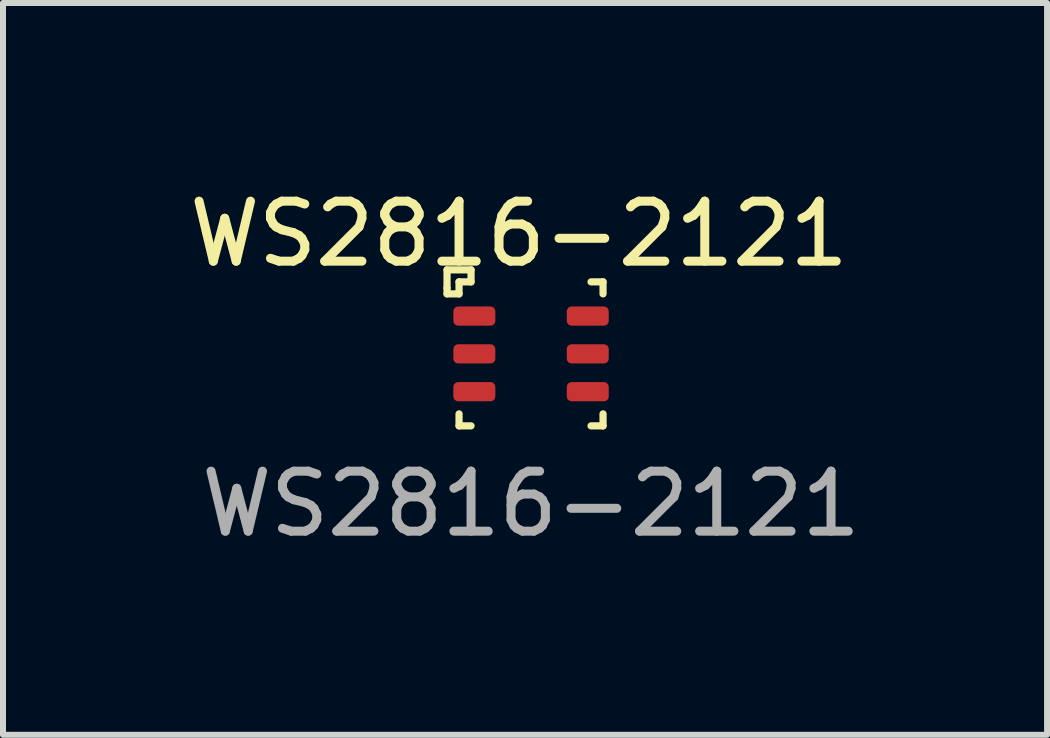
<source format=kicad_pcb>
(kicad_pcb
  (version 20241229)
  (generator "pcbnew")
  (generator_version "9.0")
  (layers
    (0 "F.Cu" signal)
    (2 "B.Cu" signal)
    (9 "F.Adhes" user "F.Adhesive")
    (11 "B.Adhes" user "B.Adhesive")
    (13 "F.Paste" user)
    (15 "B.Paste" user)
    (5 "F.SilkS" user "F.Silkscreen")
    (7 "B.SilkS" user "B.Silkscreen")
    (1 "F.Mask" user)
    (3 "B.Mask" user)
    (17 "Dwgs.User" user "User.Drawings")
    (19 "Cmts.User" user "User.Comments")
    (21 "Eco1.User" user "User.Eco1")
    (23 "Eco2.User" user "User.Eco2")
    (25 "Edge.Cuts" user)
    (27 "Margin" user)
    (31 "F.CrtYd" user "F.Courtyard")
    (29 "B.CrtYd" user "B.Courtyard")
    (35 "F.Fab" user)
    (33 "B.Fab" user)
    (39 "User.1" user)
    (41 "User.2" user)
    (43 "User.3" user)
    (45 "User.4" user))
  (footprint "WS2816-2121"
    (layer "F.Cu")
    (at 5.801 2.848)
    (property "Reference" "WS2816-2121" (at -0.2 -2 0) (unlocked yes) (layer "F.SilkS") (effects (font (size 1 1) (thickness 0.15))))
    (attr smd)
    (fp_line (start -1.4 -1.4) (end -1 -1.4) (stroke (width 0.12) (type solid)) (layer "F.SilkS"))
    (fp_line (start -1.4 -1.1) (end -1.4 -1.4) (stroke (width 0.12) (type solid)) (layer "F.SilkS"))
    (fp_line (start -1.4 -1.1) (end -1.4 -1) (stroke (width 0.12) (type solid)) (layer "F.SilkS"))
    (fp_line (start -1.4 -1) (end -1.2 -1) (stroke (width 0.12) (type solid)) (layer "F.SilkS"))
    (fp_line (start -1.2 -1.2) (end -1 -1.2) (stroke (width 0.12) (type solid)) (layer "F.SilkS"))
    (fp_line (start -1.2 -1) (end -1.2 -1.2) (stroke (width 0.12) (type solid)) (layer "F.SilkS"))
    (fp_line (start -1.2 1.2) (end -1.2 1) (stroke (width 0.12) (type solid)) (layer "F.SilkS"))
    (fp_line (start -1 -1.4) (end -1 -1.2) (stroke (width 0.12) (type solid)) (layer "F.SilkS"))
    (fp_line (start -1 1.2) (end -1.2 1.2) (stroke (width 0.12) (type solid)) (layer "F.SilkS"))
    (fp_line (start 1 -1.2) (end 1.2 -1.2) (stroke (width 0.12) (type solid)) (layer "F.SilkS"))
    (fp_line (start 1.2 -1.2) (end 1.2 -1) (stroke (width 0.12) (type solid)) (layer "F.SilkS"))
    (fp_line (start 1.2 1) (end 1.2 1.2) (stroke (width 0.12) (type solid)) (layer "F.SilkS"))
    (fp_line (start 1.2 1.2) (end 1 1.2) (stroke (width 0.12) (type solid)) (layer "F.SilkS"))
    (fp_text user "${REFERENCE}" (at 0 2.5 0) (unlocked yes) (layer "F.Fab") (effects (font (size 1 1) (thickness 0.15))))
    (pad "1" smd roundrect (at -0.945 -0.63 90) (size 0.32 0.7) (layers "F.Cu" "F.Mask" "F.Paste") (roundrect_rratio 0.25))
    (pad "2" smd roundrect (at -0.945 0 90) (size 0.32 0.7) (layers "F.Cu" "F.Mask" "F.Paste") (roundrect_rratio 0.25))
    (pad "3" smd roundrect (at -0.945 0.63 90) (size 0.32 0.7) (layers "F.Cu" "F.Mask" "F.Paste") (roundrect_rratio 0.25))
    (pad "4" smd roundrect (at 0.945 0.63 90) (size 0.32 0.7) (layers "F.Cu" "F.Mask" "F.Paste") (roundrect_rratio 0.25))
    (pad "5" smd roundrect (at 0.945 0 90) (size 0.32 0.7) (layers "F.Cu" "F.Mask" "F.Paste") (roundrect_rratio 0.25))
    (pad "6" smd roundrect (at 0.945 -0.63 90) (size 0.32 0.7) (layers "F.Cu" "F.Mask" "F.Paste") (roundrect_rratio 0.25)))
  (gr_rect
    (start -3 -3)
    (end 14.402 9.197)
    (stroke (width 0.1) (type default))
    (fill no)
    (layer "Edge.Cuts")))
</source>
